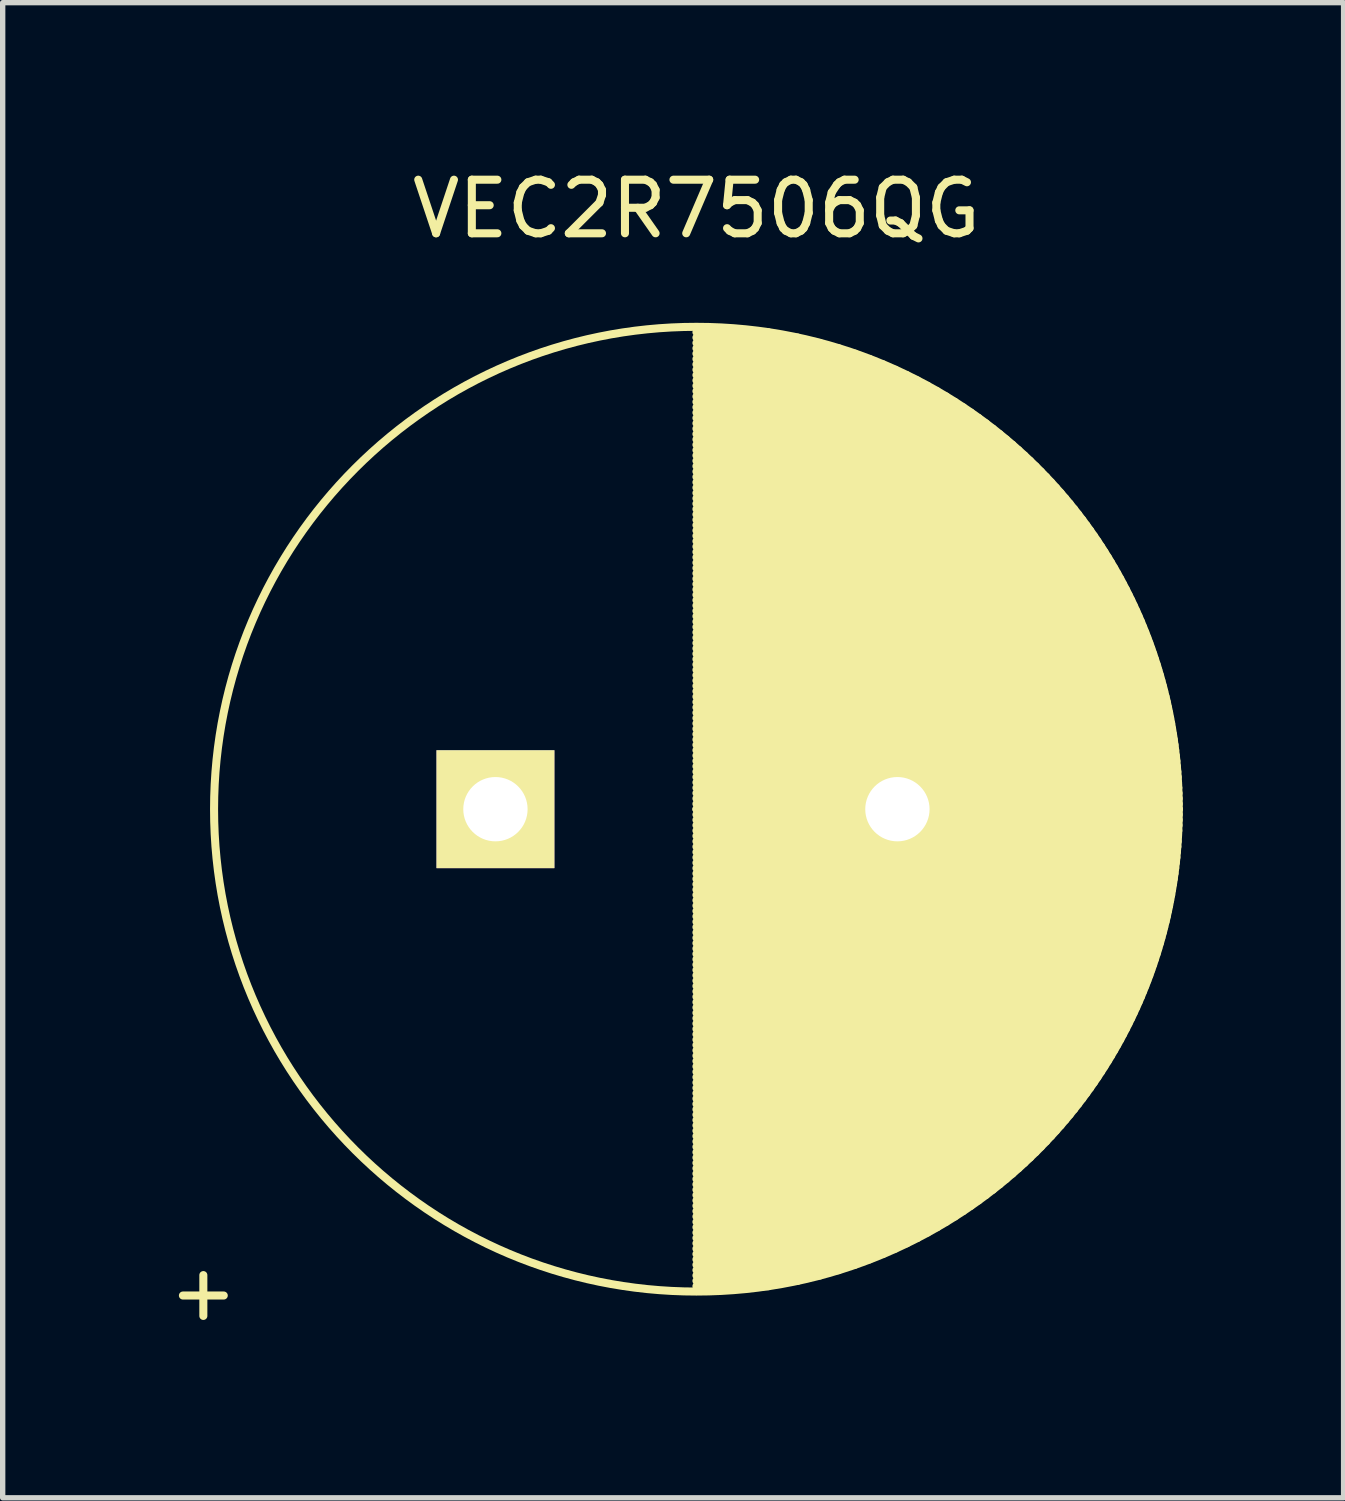
<source format=kicad_pcb>
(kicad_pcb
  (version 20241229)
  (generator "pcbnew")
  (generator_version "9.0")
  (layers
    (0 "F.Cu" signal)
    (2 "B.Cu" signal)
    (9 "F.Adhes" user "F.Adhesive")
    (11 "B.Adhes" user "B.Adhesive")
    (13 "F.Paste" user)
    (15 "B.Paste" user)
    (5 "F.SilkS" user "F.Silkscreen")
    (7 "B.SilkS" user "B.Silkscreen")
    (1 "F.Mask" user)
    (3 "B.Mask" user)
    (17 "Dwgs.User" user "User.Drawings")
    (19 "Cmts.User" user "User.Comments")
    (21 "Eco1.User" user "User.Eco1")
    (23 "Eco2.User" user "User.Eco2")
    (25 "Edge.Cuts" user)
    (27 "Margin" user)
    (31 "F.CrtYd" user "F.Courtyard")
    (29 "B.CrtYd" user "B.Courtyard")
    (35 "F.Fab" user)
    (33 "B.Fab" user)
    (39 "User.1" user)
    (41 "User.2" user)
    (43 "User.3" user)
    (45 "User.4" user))
  (footprint "VEC2R7506QG"
    (layer "F.Cu")
    (at 6.194 12.048)
    (property "Reference" "VEC2R7506QG" (at 3.75 -11.2 0) (layer "F.SilkS") (effects (font (size 1 1) (thickness 0.15))))
    (attr through_hole)
    (fp_line (start 3.75 -8.9) (end 5.088 -8.9) (stroke (width 0.15) (type solid)) (layer "F.SilkS"))
    (fp_line (start 3.75 -8.8) (end 5.637 -8.8) (stroke (width 0.15) (type solid)) (layer "F.SilkS"))
    (fp_line (start 3.75 -8.7) (end 6.054 -8.7) (stroke (width 0.15) (type solid)) (layer "F.SilkS"))
    (fp_line (start 3.75 -8.6) (end 6.403 -8.6) (stroke (width 0.15) (type solid)) (layer "F.SilkS"))
    (fp_line (start 3.75 -8.5) (end 6.708 -8.5) (stroke (width 0.15) (type solid)) (layer "F.SilkS"))
    (fp_line (start 3.75 -8.4) (end 6.981 -8.4) (stroke (width 0.15) (type solid)) (layer "F.SilkS"))
    (fp_line (start 3.75 -8.3) (end 7.23 -8.3) (stroke (width 0.15) (type solid)) (layer "F.SilkS"))
    (fp_line (start 3.75 -8.2) (end 7.459 -8.2) (stroke (width 0.15) (type solid)) (layer "F.SilkS"))
    (fp_line (start 3.75 -8.1) (end 7.673 -8.1) (stroke (width 0.15) (type solid)) (layer "F.SilkS"))
    (fp_line (start 3.75 -8) (end 7.873 -8) (stroke (width 0.15) (type solid)) (layer "F.SilkS"))
    (fp_line (start 3.75 -7.9) (end 8.062 -7.9) (stroke (width 0.15) (type solid)) (layer "F.SilkS"))
    (fp_line (start 3.75 -7.8) (end 8.24 -7.8) (stroke (width 0.15) (type solid)) (layer "F.SilkS"))
    (fp_line (start 3.75 -7.7) (end 8.409 -7.7) (stroke (width 0.15) (type solid)) (layer "F.SilkS"))
    (fp_line (start 3.75 -7.6) (end 8.571 -7.6) (stroke (width 0.15) (type solid)) (layer "F.SilkS"))
    (fp_line (start 3.75 -7.5) (end 8.725 -7.5) (stroke (width 0.15) (type solid)) (layer "F.SilkS"))
    (fp_line (start 3.75 -7.4) (end 8.872 -7.4) (stroke (width 0.15) (type solid)) (layer "F.SilkS"))
    (fp_line (start 3.75 -7.3) (end 9.014 -7.3) (stroke (width 0.15) (type solid)) (layer "F.SilkS"))
    (fp_line (start 3.75 -7.2) (end 9.15 -7.2) (stroke (width 0.15) (type solid)) (layer "F.SilkS"))
    (fp_line (start 3.75 -7.1) (end 9.281 -7.1) (stroke (width 0.15) (type solid)) (layer "F.SilkS"))
    (fp_line (start 3.75 -7) (end 9.407 -7) (stroke (width 0.15) (type solid)) (layer "F.SilkS"))
    (fp_line (start 3.75 -6.9) (end 9.528 -6.9) (stroke (width 0.15) (type solid)) (layer "F.SilkS"))
    (fp_line (start 3.75 -6.8) (end 9.646 -6.8) (stroke (width 0.15) (type solid)) (layer "F.SilkS"))
    (fp_line (start 3.75 -6.7) (end 9.759 -6.7) (stroke (width 0.15) (type solid)) (layer "F.SilkS"))
    (fp_line (start 3.75 -6.6) (end 9.869 -6.6) (stroke (width 0.15) (type solid)) (layer "F.SilkS"))
    (fp_line (start 3.75 -6.5) (end 9.975 -6.5) (stroke (width 0.15) (type solid)) (layer "F.SilkS"))
    (fp_line (start 3.75 -6.4) (end 10.078 -6.4) (stroke (width 0.15) (type solid)) (layer "F.SilkS"))
    (fp_line (start 3.75 -6.3) (end 10.177 -6.3) (stroke (width 0.15) (type solid)) (layer "F.SilkS"))
    (fp_line (start 3.75 -6.2) (end 10.274 -6.2) (stroke (width 0.15) (type solid)) (layer "F.SilkS"))
    (fp_line (start 3.75 -6.1) (end 10.367 -6.1) (stroke (width 0.15) (type solid)) (layer "F.SilkS"))
    (fp_line (start 3.75 -6) (end 10.458 -6) (stroke (width 0.15) (type solid)) (layer "F.SilkS"))
    (fp_line (start 3.75 -5.9) (end 10.546 -5.9) (stroke (width 0.15) (type solid)) (layer "F.SilkS"))
    (fp_line (start 3.75 -5.8) (end 10.632 -5.8) (stroke (width 0.15) (type solid)) (layer "F.SilkS"))
    (fp_line (start 3.75 -5.7) (end 10.715 -5.7) (stroke (width 0.15) (type solid)) (layer "F.SilkS"))
    (fp_line (start 3.75 -5.6) (end 10.796 -5.6) (stroke (width 0.15) (type solid)) (layer "F.SilkS"))
    (fp_line (start 3.75 -5.5) (end 10.874 -5.5) (stroke (width 0.15) (type solid)) (layer "F.SilkS"))
    (fp_line (start 3.75 -5.4) (end 10.95 -5.4) (stroke (width 0.15) (type solid)) (layer "F.SilkS"))
    (fp_line (start 3.75 -5.3) (end 11.024 -5.3) (stroke (width 0.15) (type solid)) (layer "F.SilkS"))
    (fp_line (start 3.75 -5.2) (end 11.096 -5.2) (stroke (width 0.15) (type solid)) (layer "F.SilkS"))
    (fp_line (start 3.75 -5.1) (end 11.166 -5.1) (stroke (width 0.15) (type solid)) (layer "F.SilkS"))
    (fp_line (start 3.75 -5) (end 11.233 -5) (stroke (width 0.15) (type solid)) (layer "F.SilkS"))
    (fp_line (start 3.75 -4.9) (end 11.299 -4.9) (stroke (width 0.15) (type solid)) (layer "F.SilkS"))
    (fp_line (start 3.75 -4.8) (end 11.363 -4.8) (stroke (width 0.15) (type solid)) (layer "F.SilkS"))
    (fp_line (start 3.75 -4.7) (end 11.425 -4.7) (stroke (width 0.15) (type solid)) (layer "F.SilkS"))
    (fp_line (start 3.75 -4.6) (end 11.486 -4.6) (stroke (width 0.15) (type solid)) (layer "F.SilkS"))
    (fp_line (start 3.75 -4.5) (end 11.544 -4.5) (stroke (width 0.15) (type solid)) (layer "F.SilkS"))
    (fp_line (start 3.75 -4.4) (end 11.601 -4.4) (stroke (width 0.15) (type solid)) (layer "F.SilkS"))
    (fp_line (start 3.75 -4.3) (end 11.656 -4.3) (stroke (width 0.15) (type solid)) (layer "F.SilkS"))
    (fp_line (start 3.75 -4.2) (end 11.71 -4.2) (stroke (width 0.15) (type solid)) (layer "F.SilkS"))
    (fp_line (start 3.75 -4.1) (end 11.762 -4.1) (stroke (width 0.15) (type solid)) (layer "F.SilkS"))
    (fp_line (start 3.75 -4) (end 11.812 -4) (stroke (width 0.15) (type solid)) (layer "F.SilkS"))
    (fp_line (start 3.75 -3.9) (end 11.861 -3.9) (stroke (width 0.15) (type solid)) (layer "F.SilkS"))
    (fp_line (start 3.75 -3.8) (end 11.908 -3.8) (stroke (width 0.15) (type solid)) (layer "F.SilkS"))
    (fp_line (start 3.75 -3.7) (end 11.954 -3.7) (stroke (width 0.15) (type solid)) (layer "F.SilkS"))
    (fp_line (start 3.75 -3.6) (end 11.999 -3.6) (stroke (width 0.15) (type solid)) (layer "F.SilkS"))
    (fp_line (start 3.75 -3.5) (end 12.042 -3.5) (stroke (width 0.15) (type solid)) (layer "F.SilkS"))
    (fp_line (start 3.75 -3.4) (end 12.083 -3.4) (stroke (width 0.15) (type solid)) (layer "F.SilkS"))
    (fp_line (start 3.75 -3.3) (end 12.123 -3.3) (stroke (width 0.15) (type solid)) (layer "F.SilkS"))
    (fp_line (start 3.75 -3.2) (end 12.162 -3.2) (stroke (width 0.15) (type solid)) (layer "F.SilkS"))
    (fp_line (start 3.75 -3.1) (end 12.199 -3.1) (stroke (width 0.15) (type solid)) (layer "F.SilkS"))
    (fp_line (start 3.75 -3) (end 12.235 -3) (stroke (width 0.15) (type solid)) (layer "F.SilkS"))
    (fp_line (start 3.75 -2.9) (end 12.27 -2.9) (stroke (width 0.15) (type solid)) (layer "F.SilkS"))
    (fp_line (start 3.75 -2.8) (end 12.303 -2.8) (stroke (width 0.15) (type solid)) (layer "F.SilkS"))
    (fp_line (start 3.75 -2.7) (end 12.335 -2.7) (stroke (width 0.15) (type solid)) (layer "F.SilkS"))
    (fp_line (start 3.75 -2.6) (end 12.366 -2.6) (stroke (width 0.15) (type solid)) (layer "F.SilkS"))
    (fp_line (start 3.75 -2.5) (end 12.396 -2.5) (stroke (width 0.15) (type solid)) (layer "F.SilkS"))
    (fp_line (start 3.75 -2.4) (end 12.424 -2.4) (stroke (width 0.15) (type solid)) (layer "F.SilkS"))
    (fp_line (start 3.75 -2.3) (end 12.451 -2.3) (stroke (width 0.15) (type solid)) (layer "F.SilkS"))
    (fp_line (start 3.75 -2.2) (end 12.477 -2.2) (stroke (width 0.15) (type solid)) (layer "F.SilkS"))
    (fp_line (start 3.75 -2.1) (end 12.502 -2.1) (stroke (width 0.15) (type solid)) (layer "F.SilkS"))
    (fp_line (start 3.75 -2) (end 12.525 -2) (stroke (width 0.15) (type solid)) (layer "F.SilkS"))
    (fp_line (start 3.75 -1.9) (end 12.547 -1.9) (stroke (width 0.15) (type solid)) (layer "F.SilkS"))
    (fp_line (start 3.75 -1.8) (end 12.568 -1.8) (stroke (width 0.15) (type solid)) (layer "F.SilkS"))
    (fp_line (start 3.75 -1.7) (end 12.588 -1.7) (stroke (width 0.15) (type solid)) (layer "F.SilkS"))
    (fp_line (start 3.75 -1.6) (end 12.607 -1.6) (stroke (width 0.15) (type solid)) (layer "F.SilkS"))
    (fp_line (start 3.75 -1.5) (end 12.624 -1.5) (stroke (width 0.15) (type solid)) (layer "F.SilkS"))
    (fp_line (start 3.75 -1.4) (end 12.64 -1.4) (stroke (width 0.15) (type solid)) (layer "F.SilkS"))
    (fp_line (start 3.75 -1.3) (end 12.656 -1.3) (stroke (width 0.15) (type solid)) (layer "F.SilkS"))
    (fp_line (start 3.75 -1.2) (end 12.67 -1.2) (stroke (width 0.15) (type solid)) (layer "F.SilkS"))
    (fp_line (start 3.75 -1.1) (end 12.683 -1.1) (stroke (width 0.15) (type solid)) (layer "F.SilkS"))
    (fp_line (start 3.75 -1) (end 12.694 -1) (stroke (width 0.15) (type solid)) (layer "F.SilkS"))
    (fp_line (start 3.75 -0.9) (end 12.705 -0.9) (stroke (width 0.15) (type solid)) (layer "F.SilkS"))
    (fp_line (start 3.75 -0.8) (end 12.714 -0.8) (stroke (width 0.15) (type solid)) (layer "F.SilkS"))
    (fp_line (start 3.75 -0.7) (end 12.723 -0.7) (stroke (width 0.15) (type solid)) (layer "F.SilkS"))
    (fp_line (start 3.75 -0.6) (end 12.73 -0.6) (stroke (width 0.15) (type solid)) (layer "F.SilkS"))
    (fp_line (start 3.75 -0.5) (end 12.736 -0.5) (stroke (width 0.15) (type solid)) (layer "F.SilkS"))
    (fp_line (start 3.75 -0.4) (end 12.741 -0.4) (stroke (width 0.15) (type solid)) (layer "F.SilkS"))
    (fp_line (start 3.75 -0.3) (end 12.745 -0.3) (stroke (width 0.15) (type solid)) (layer "F.SilkS"))
    (fp_line (start 3.75 -0.2) (end 12.748 -0.2) (stroke (width 0.15) (type solid)) (layer "F.SilkS"))
    (fp_line (start 3.75 -0.1) (end 12.749 -0.1) (stroke (width 0.15) (type solid)) (layer "F.SilkS"))
    (fp_line (start 3.75 0) (end 12.75 0) (stroke (width 0.15) (type solid)) (layer "F.SilkS"))
    (fp_line (start 3.75 0) (end 12.75 0) (stroke (width 0.15) (type solid)) (layer "F.SilkS"))
    (fp_line (start 3.75 0.1) (end 12.749 0.1) (stroke (width 0.15) (type solid)) (layer "F.SilkS"))
    (fp_line (start 3.75 0.2) (end 12.748 0.2) (stroke (width 0.15) (type solid)) (layer "F.SilkS"))
    (fp_line (start 3.75 0.3) (end 12.745 0.3) (stroke (width 0.15) (type solid)) (layer "F.SilkS"))
    (fp_line (start 3.75 0.4) (end 12.741 0.4) (stroke (width 0.15) (type solid)) (layer "F.SilkS"))
    (fp_line (start 3.75 0.5) (end 12.736 0.5) (stroke (width 0.15) (type solid)) (layer "F.SilkS"))
    (fp_line (start 3.75 0.6) (end 12.73 0.6) (stroke (width 0.15) (type solid)) (layer "F.SilkS"))
    (fp_line (start 3.75 0.7) (end 12.723 0.7) (stroke (width 0.15) (type solid)) (layer "F.SilkS"))
    (fp_line (start 3.75 0.8) (end 12.714 0.8) (stroke (width 0.15) (type solid)) (layer "F.SilkS"))
    (fp_line (start 3.75 0.9) (end 12.705 0.9) (stroke (width 0.15) (type solid)) (layer "F.SilkS"))
    (fp_line (start 3.75 1) (end 12.694 1) (stroke (width 0.15) (type solid)) (layer "F.SilkS"))
    (fp_line (start 3.75 1.1) (end 12.683 1.1) (stroke (width 0.15) (type solid)) (layer "F.SilkS"))
    (fp_line (start 3.75 1.2) (end 12.67 1.2) (stroke (width 0.15) (type solid)) (layer "F.SilkS"))
    (fp_line (start 3.75 1.3) (end 12.656 1.3) (stroke (width 0.15) (type solid)) (layer "F.SilkS"))
    (fp_line (start 3.75 1.4) (end 12.64 1.4) (stroke (width 0.15) (type solid)) (layer "F.SilkS"))
    (fp_line (start 3.75 1.5) (end 12.624 1.5) (stroke (width 0.15) (type solid)) (layer "F.SilkS"))
    (fp_line (start 3.75 1.6) (end 12.607 1.6) (stroke (width 0.15) (type solid)) (layer "F.SilkS"))
    (fp_line (start 3.75 1.7) (end 12.588 1.7) (stroke (width 0.15) (type solid)) (layer "F.SilkS"))
    (fp_line (start 3.75 1.8) (end 12.568 1.8) (stroke (width 0.15) (type solid)) (layer "F.SilkS"))
    (fp_line (start 3.75 1.9) (end 12.547 1.9) (stroke (width 0.15) (type solid)) (layer "F.SilkS"))
    (fp_line (start 3.75 2) (end 12.525 2) (stroke (width 0.15) (type solid)) (layer "F.SilkS"))
    (fp_line (start 3.75 2.1) (end 12.502 2.1) (stroke (width 0.15) (type solid)) (layer "F.SilkS"))
    (fp_line (start 3.75 2.2) (end 12.477 2.2) (stroke (width 0.15) (type solid)) (layer "F.SilkS"))
    (fp_line (start 3.75 2.3) (end 12.451 2.3) (stroke (width 0.15) (type solid)) (layer "F.SilkS"))
    (fp_line (start 3.75 2.4) (end 12.424 2.4) (stroke (width 0.15) (type solid)) (layer "F.SilkS"))
    (fp_line (start 3.75 2.5) (end 12.396 2.5) (stroke (width 0.15) (type solid)) (layer "F.SilkS"))
    (fp_line (start 3.75 2.6) (end 12.366 2.6) (stroke (width 0.15) (type solid)) (layer "F.SilkS"))
    (fp_line (start 3.75 2.7) (end 12.335 2.7) (stroke (width 0.15) (type solid)) (layer "F.SilkS"))
    (fp_line (start 3.75 2.8) (end 12.303 2.8) (stroke (width 0.15) (type solid)) (layer "F.SilkS"))
    (fp_line (start 3.75 2.9) (end 12.27 2.9) (stroke (width 0.15) (type solid)) (layer "F.SilkS"))
    (fp_line (start 3.75 3) (end 12.235 3) (stroke (width 0.15) (type solid)) (layer "F.SilkS"))
    (fp_line (start 3.75 3.1) (end 12.199 3.1) (stroke (width 0.15) (type solid)) (layer "F.SilkS"))
    (fp_line (start 3.75 3.2) (end 12.162 3.2) (stroke (width 0.15) (type solid)) (layer "F.SilkS"))
    (fp_line (start 3.75 3.3) (end 12.123 3.3) (stroke (width 0.15) (type solid)) (layer "F.SilkS"))
    (fp_line (start 3.75 3.4) (end 12.083 3.4) (stroke (width 0.15) (type solid)) (layer "F.SilkS"))
    (fp_line (start 3.75 3.5) (end 12.042 3.5) (stroke (width 0.15) (type solid)) (layer "F.SilkS"))
    (fp_line (start 3.75 3.6) (end 11.999 3.6) (stroke (width 0.15) (type solid)) (layer "F.SilkS"))
    (fp_line (start 3.75 3.7) (end 11.954 3.7) (stroke (width 0.15) (type solid)) (layer "F.SilkS"))
    (fp_line (start 3.75 3.8) (end 11.908 3.8) (stroke (width 0.15) (type solid)) (layer "F.SilkS"))
    (fp_line (start 3.75 3.9) (end 11.861 3.9) (stroke (width 0.15) (type solid)) (layer "F.SilkS"))
    (fp_line (start 3.75 4) (end 11.812 4) (stroke (width 0.15) (type solid)) (layer "F.SilkS"))
    (fp_line (start 3.75 4.1) (end 11.762 4.1) (stroke (width 0.15) (type solid)) (layer "F.SilkS"))
    (fp_line (start 3.75 4.2) (end 11.71 4.2) (stroke (width 0.15) (type solid)) (layer "F.SilkS"))
    (fp_line (start 3.75 4.3) (end 11.656 4.3) (stroke (width 0.15) (type solid)) (layer "F.SilkS"))
    (fp_line (start 3.75 4.4) (end 11.601 4.4) (stroke (width 0.15) (type solid)) (layer "F.SilkS"))
    (fp_line (start 3.75 4.5) (end 11.544 4.5) (stroke (width 0.15) (type solid)) (layer "F.SilkS"))
    (fp_line (start 3.75 4.6) (end 11.486 4.6) (stroke (width 0.15) (type solid)) (layer "F.SilkS"))
    (fp_line (start 3.75 4.7) (end 11.425 4.7) (stroke (width 0.15) (type solid)) (layer "F.SilkS"))
    (fp_line (start 3.75 4.8) (end 11.363 4.8) (stroke (width 0.15) (type solid)) (layer "F.SilkS"))
    (fp_line (start 3.75 4.9) (end 11.299 4.9) (stroke (width 0.15) (type solid)) (layer "F.SilkS"))
    (fp_line (start 3.75 5) (end 11.233 5) (stroke (width 0.15) (type solid)) (layer "F.SilkS"))
    (fp_line (start 3.75 5.1) (end 11.166 5.1) (stroke (width 0.15) (type solid)) (layer "F.SilkS"))
    (fp_line (start 3.75 5.2) (end 11.096 5.2) (stroke (width 0.15) (type solid)) (layer "F.SilkS"))
    (fp_line (start 3.75 5.3) (end 11.024 5.3) (stroke (width 0.15) (type solid)) (layer "F.SilkS"))
    (fp_line (start 3.75 5.4) (end 10.95 5.4) (stroke (width 0.15) (type solid)) (layer "F.SilkS"))
    (fp_line (start 3.75 5.5) (end 10.874 5.5) (stroke (width 0.15) (type solid)) (layer "F.SilkS"))
    (fp_line (start 3.75 5.6) (end 10.796 5.6) (stroke (width 0.15) (type solid)) (layer "F.SilkS"))
    (fp_line (start 3.75 5.7) (end 10.715 5.7) (stroke (width 0.15) (type solid)) (layer "F.SilkS"))
    (fp_line (start 3.75 5.8) (end 10.632 5.8) (stroke (width 0.15) (type solid)) (layer "F.SilkS"))
    (fp_line (start 3.75 5.9) (end 10.546 5.9) (stroke (width 0.15) (type solid)) (layer "F.SilkS"))
    (fp_line (start 3.75 6) (end 10.458 6) (stroke (width 0.15) (type solid)) (layer "F.SilkS"))
    (fp_line (start 3.75 6.1) (end 10.367 6.1) (stroke (width 0.15) (type solid)) (layer "F.SilkS"))
    (fp_line (start 3.75 6.2) (end 10.274 6.2) (stroke (width 0.15) (type solid)) (layer "F.SilkS"))
    (fp_line (start 3.75 6.3) (end 10.177 6.3) (stroke (width 0.15) (type solid)) (layer "F.SilkS"))
    (fp_line (start 3.75 6.4) (end 10.078 6.4) (stroke (width 0.15) (type solid)) (layer "F.SilkS"))
    (fp_line (start 3.75 6.5) (end 9.975 6.5) (stroke (width 0.15) (type solid)) (layer "F.SilkS"))
    (fp_line (start 3.75 6.6) (end 9.869 6.6) (stroke (width 0.15) (type solid)) (layer "F.SilkS"))
    (fp_line (start 3.75 6.7) (end 9.759 6.7) (stroke (width 0.15) (type solid)) (layer "F.SilkS"))
    (fp_line (start 3.75 6.8) (end 9.646 6.8) (stroke (width 0.15) (type solid)) (layer "F.SilkS"))
    (fp_line (start 3.75 6.9) (end 9.528 6.9) (stroke (width 0.15) (type solid)) (layer "F.SilkS"))
    (fp_line (start 3.75 7) (end 9.407 7) (stroke (width 0.15) (type solid)) (layer "F.SilkS"))
    (fp_line (start 3.75 7.1) (end 9.281 7.1) (stroke (width 0.15) (type solid)) (layer "F.SilkS"))
    (fp_line (start 3.75 7.2) (end 9.15 7.2) (stroke (width 0.15) (type solid)) (layer "F.SilkS"))
    (fp_line (start 3.75 7.3) (end 9.014 7.3) (stroke (width 0.15) (type solid)) (layer "F.SilkS"))
    (fp_line (start 3.75 7.4) (end 8.872 7.4) (stroke (width 0.15) (type solid)) (layer "F.SilkS"))
    (fp_line (start 3.75 7.5) (end 8.725 7.5) (stroke (width 0.15) (type solid)) (layer "F.SilkS"))
    (fp_line (start 3.75 7.6) (end 8.571 7.6) (stroke (width 0.15) (type solid)) (layer "F.SilkS"))
    (fp_line (start 3.75 7.7) (end 8.409 7.7) (stroke (width 0.15) (type solid)) (layer "F.SilkS"))
    (fp_line (start 3.75 7.8) (end 8.24 7.8) (stroke (width 0.15) (type solid)) (layer "F.SilkS"))
    (fp_line (start 3.75 7.9) (end 8.062 7.9) (stroke (width 0.15) (type solid)) (layer "F.SilkS"))
    (fp_line (start 3.75 8) (end 7.873 8) (stroke (width 0.15) (type solid)) (layer "F.SilkS"))
    (fp_line (start 3.75 8.1) (end 7.673 8.1) (stroke (width 0.15) (type solid)) (layer "F.SilkS"))
    (fp_line (start 3.75 8.2) (end 7.459 8.2) (stroke (width 0.15) (type solid)) (layer "F.SilkS"))
    (fp_line (start 3.75 8.3) (end 7.23 8.3) (stroke (width 0.15) (type solid)) (layer "F.SilkS"))
    (fp_line (start 3.75 8.4) (end 6.981 8.4) (stroke (width 0.15) (type solid)) (layer "F.SilkS"))
    (fp_line (start 3.75 8.5) (end 6.708 8.5) (stroke (width 0.15) (type solid)) (layer "F.SilkS"))
    (fp_line (start 3.75 8.6) (end 6.403 8.6) (stroke (width 0.15) (type solid)) (layer "F.SilkS"))
    (fp_line (start 3.75 8.7) (end 6.054 8.7) (stroke (width 0.15) (type solid)) (layer "F.SilkS"))
    (fp_line (start 3.75 8.8) (end 5.637 8.8) (stroke (width 0.15) (type solid)) (layer "F.SilkS"))
    (fp_line (start 3.75 8.9) (end 5.088 8.9) (stroke (width 0.15) (type solid)) (layer "F.SilkS"))
    (fp_circle (center 3.75 0) (end 3.75 -9) (stroke (width 0.15) (type solid)) (fill no) (layer "F.SilkS"))
    (fp_text user "+" (at -5.45 9 0) (layer "F.SilkS") (effects (font (size 1 1) (thickness 0.15))))
    (pad "1" thru_hole rect (at 0 0) (size 2.2 2.2) (drill 1.2) (layers "*.Cu" "*.Mask" "F.SilkS"))
    (pad "2" thru_hole circle (at 7.5 0) (size 2.2 2.2) (drill 1.2) (layers "*.Cu" "*.Mask" "F.SilkS")))
  (gr_rect
    (start -3 -3)
    (end 22.019 24.896)
    (stroke (width 0.1) (type default))
    (fill no)
    (layer "Edge.Cuts")))
</source>
